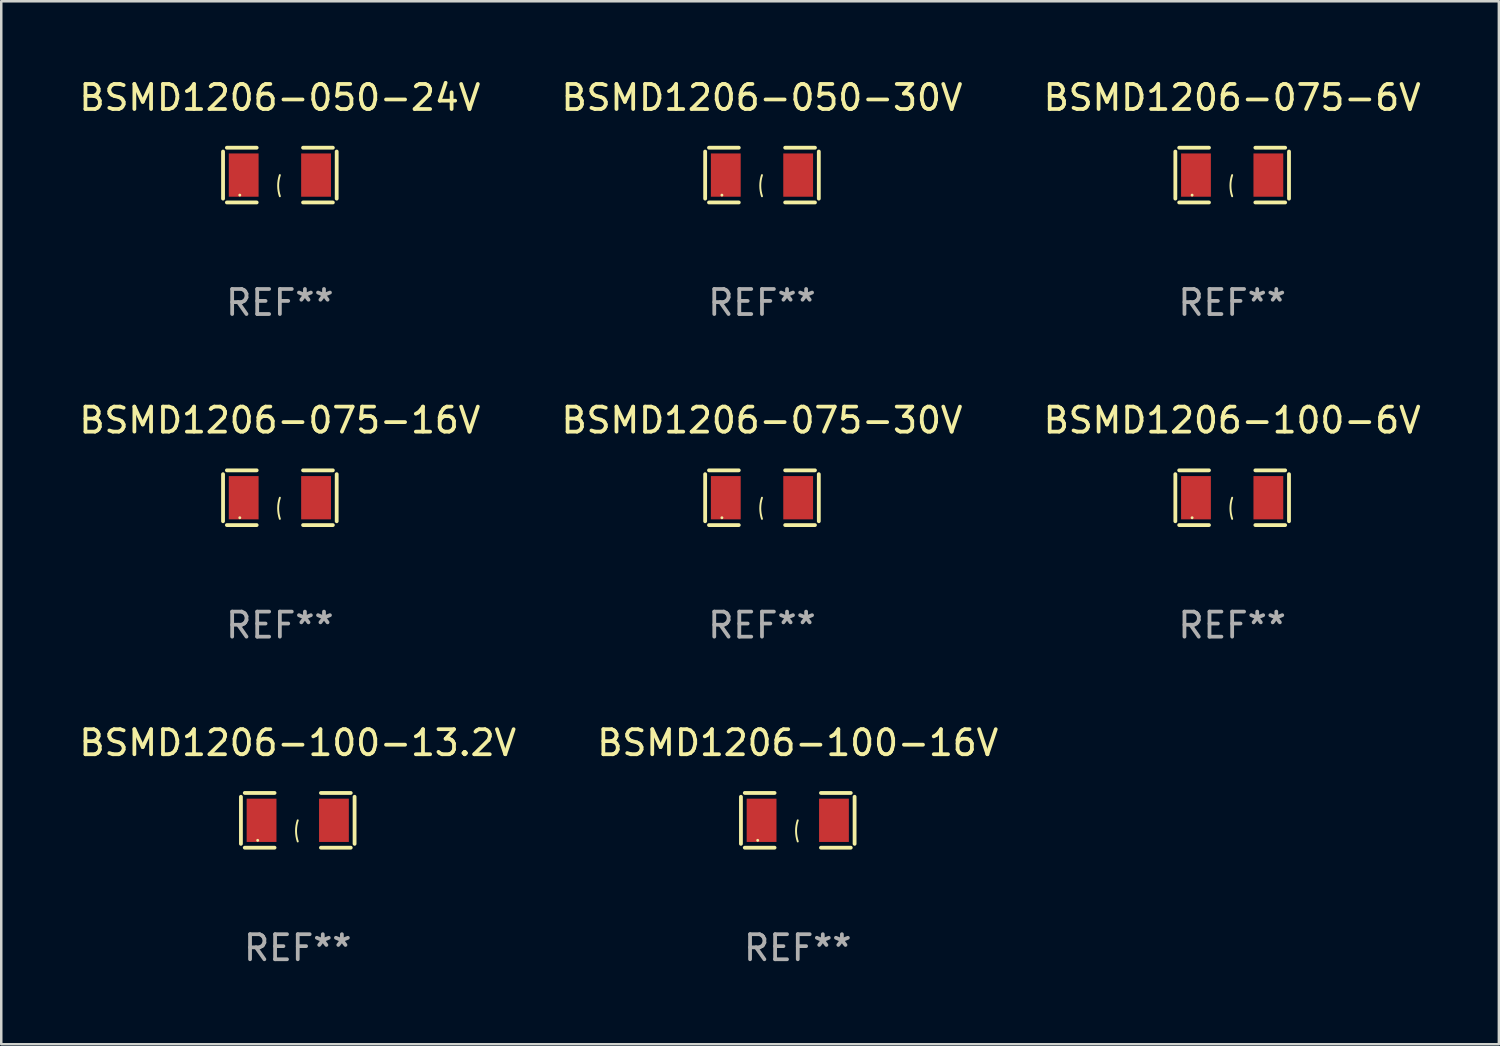
<source format=kicad_pcb>
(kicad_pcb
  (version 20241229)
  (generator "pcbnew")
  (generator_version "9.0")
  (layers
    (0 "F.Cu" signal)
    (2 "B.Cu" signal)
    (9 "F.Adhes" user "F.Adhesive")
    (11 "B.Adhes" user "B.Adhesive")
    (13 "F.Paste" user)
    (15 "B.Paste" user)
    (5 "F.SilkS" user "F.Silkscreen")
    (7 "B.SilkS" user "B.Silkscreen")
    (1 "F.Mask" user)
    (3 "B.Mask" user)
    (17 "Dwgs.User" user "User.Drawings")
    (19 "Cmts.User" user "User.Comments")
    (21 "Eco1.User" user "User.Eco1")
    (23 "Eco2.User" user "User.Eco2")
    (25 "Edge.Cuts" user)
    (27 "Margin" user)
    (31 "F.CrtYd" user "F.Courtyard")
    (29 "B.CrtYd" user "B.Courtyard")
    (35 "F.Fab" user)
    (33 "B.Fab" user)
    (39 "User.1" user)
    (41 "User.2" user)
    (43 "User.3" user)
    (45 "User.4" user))
  (footprint "BSMD1206-075-30V"
    (layer "F.Cu")
    (at 27.375 16.823)
    (property "Reference" "BSMD1206-075-30V" (at 0 -3.093 0) (layer "F.SilkS") (effects (font (size 1 1) (thickness 0.15))))
    (attr through_hole)
    (fp_line (start -2.269 -0.94) (end -2.269 0.94) (stroke (width 0.152) (type solid)) (layer "F.SilkS"))
    (fp_line (start -2.116 1.093) (end -0.926 1.093) (stroke (width 0.152) (type solid)) (layer "F.SilkS"))
    (fp_line (start -0.926 -1.093) (end -2.116 -1.093) (stroke (width 0.152) (type solid)) (layer "F.SilkS"))
    (fp_line (start 0.926 -1.093) (end 2.116 -1.093) (stroke (width 0.152) (type solid)) (layer "F.SilkS"))
    (fp_line (start 2.116 1.093) (end 0.926 1.093) (stroke (width 0.152) (type solid)) (layer "F.SilkS"))
    (fp_line (start 2.269 -0.94) (end 2.269 0.94) (stroke (width 0.152) (type solid)) (layer "F.SilkS"))
    (fp_arc (start 0 0.844951) (mid -0.068559 0.422475) (end 0 0) (stroke (width 0.0762) (type solid)) (layer "F.SilkS"))
    (fp_circle (center -1.6 0.8) (end -1.57 0.8) (stroke (width 0.06) (type solid)) (fill no) (layer "F.SilkS"))
    (fp_text user "REF**" (at 0 5.093 0) (layer "F.Fab") (effects (font (size 1 1) (thickness 0.15))))
    (pad "1" smd rect (at -1.445 0) (size 1.19 1.728) (layers "F.Cu" "F.Mask" "F.Paste"))
    (pad "2" smd rect (at 1.445 0) (size 1.19 1.728) (layers "F.Cu" "F.Mask" "F.Paste")))
  (footprint "BSMD1206-100-16V"
    (layer "F.Cu")
    (at 28.804 29.704)
    (property "Reference" "BSMD1206-100-16V" (at 0 -3.093 0) (layer "F.SilkS") (effects (font (size 1 1) (thickness 0.15))))
    (attr through_hole)
    (fp_line (start -2.269 -0.94) (end -2.269 0.94) (stroke (width 0.152) (type solid)) (layer "F.SilkS"))
    (fp_line (start -2.116 1.093) (end -0.926 1.093) (stroke (width 0.152) (type solid)) (layer "F.SilkS"))
    (fp_line (start -0.926 -1.093) (end -2.116 -1.093) (stroke (width 0.152) (type solid)) (layer "F.SilkS"))
    (fp_line (start 0.926 -1.093) (end 2.116 -1.093) (stroke (width 0.152) (type solid)) (layer "F.SilkS"))
    (fp_line (start 2.116 1.093) (end 0.926 1.093) (stroke (width 0.152) (type solid)) (layer "F.SilkS"))
    (fp_line (start 2.269 -0.94) (end 2.269 0.94) (stroke (width 0.152) (type solid)) (layer "F.SilkS"))
    (fp_arc (start 0 0.844951) (mid -0.068559 0.422475) (end 0 0) (stroke (width 0.0762) (type solid)) (layer "F.SilkS"))
    (fp_circle (center -1.6 0.8) (end -1.57 0.8) (stroke (width 0.06) (type solid)) (fill no) (layer "F.SilkS"))
    (fp_text user "REF**" (at 0 5.093 0) (layer "F.Fab") (effects (font (size 1 1) (thickness 0.15))))
    (pad "1" smd rect (at -1.445 0) (size 1.19 1.728) (layers "F.Cu" "F.Mask" "F.Paste"))
    (pad "2" smd rect (at 1.445 0) (size 1.19 1.728) (layers "F.Cu" "F.Mask" "F.Paste")))
  (footprint "BSMD1206-075-16V"
    (layer "F.Cu")
    (at 8.125 16.823)
    (property "Reference" "BSMD1206-075-16V" (at 0 -3.093 0) (layer "F.SilkS") (effects (font (size 1 1) (thickness 0.15))))
    (attr through_hole)
    (fp_line (start -2.269 -0.94) (end -2.269 0.94) (stroke (width 0.152) (type solid)) (layer "F.SilkS"))
    (fp_line (start -2.116 1.093) (end -0.926 1.093) (stroke (width 0.152) (type solid)) (layer "F.SilkS"))
    (fp_line (start -0.926 -1.093) (end -2.116 -1.093) (stroke (width 0.152) (type solid)) (layer "F.SilkS"))
    (fp_line (start 0.926 -1.093) (end 2.116 -1.093) (stroke (width 0.152) (type solid)) (layer "F.SilkS"))
    (fp_line (start 2.116 1.093) (end 0.926 1.093) (stroke (width 0.152) (type solid)) (layer "F.SilkS"))
    (fp_line (start 2.269 -0.94) (end 2.269 0.94) (stroke (width 0.152) (type solid)) (layer "F.SilkS"))
    (fp_arc (start 0 0.844951) (mid -0.068559 0.422475) (end 0 0) (stroke (width 0.0762) (type solid)) (layer "F.SilkS"))
    (fp_circle (center -1.6 0.8) (end -1.57 0.8) (stroke (width 0.06) (type solid)) (fill no) (layer "F.SilkS"))
    (fp_text user "REF**" (at 0 5.093 0) (layer "F.Fab") (effects (font (size 1 1) (thickness 0.15))))
    (pad "1" smd rect (at -1.445 0) (size 1.19 1.728) (layers "F.Cu" "F.Mask" "F.Paste"))
    (pad "2" smd rect (at 1.445 0) (size 1.19 1.728) (layers "F.Cu" "F.Mask" "F.Paste")))
  (footprint "BSMD1206-100-13.2V"
    (layer "F.Cu")
    (at 8.839 29.704)
    (property "Reference" "BSMD1206-100-13.2V" (at 0 -3.093 0) (layer "F.SilkS") (effects (font (size 1 1) (thickness 0.15))))
    (attr through_hole)
    (fp_line (start -2.269 -0.94) (end -2.269 0.94) (stroke (width 0.152) (type solid)) (layer "F.SilkS"))
    (fp_line (start -2.116 1.093) (end -0.926 1.093) (stroke (width 0.152) (type solid)) (layer "F.SilkS"))
    (fp_line (start -0.926 -1.093) (end -2.116 -1.093) (stroke (width 0.152) (type solid)) (layer "F.SilkS"))
    (fp_line (start 0.926 -1.093) (end 2.116 -1.093) (stroke (width 0.152) (type solid)) (layer "F.SilkS"))
    (fp_line (start 2.116 1.093) (end 0.926 1.093) (stroke (width 0.152) (type solid)) (layer "F.SilkS"))
    (fp_line (start 2.269 -0.94) (end 2.269 0.94) (stroke (width 0.152) (type solid)) (layer "F.SilkS"))
    (fp_arc (start 0 0.844951) (mid -0.068559 0.422475) (end 0 0) (stroke (width 0.0762) (type solid)) (layer "F.SilkS"))
    (fp_circle (center -1.6 0.8) (end -1.57 0.8) (stroke (width 0.06) (type solid)) (fill no) (layer "F.SilkS"))
    (fp_text user "REF**" (at 0 5.093 0) (layer "F.Fab") (effects (font (size 1 1) (thickness 0.15))))
    (pad "1" smd rect (at -1.445 0) (size 1.19 1.728) (layers "F.Cu" "F.Mask" "F.Paste"))
    (pad "2" smd rect (at 1.445 0) (size 1.19 1.728) (layers "F.Cu" "F.Mask" "F.Paste")))
  (footprint "BSMD1206-050-24V"
    (layer "F.Cu")
    (at 8.125 3.941)
    (property "Reference" "BSMD1206-050-24V" (at 0 -3.093 0) (layer "F.SilkS") (effects (font (size 1 1) (thickness 0.15))))
    (attr through_hole)
    (fp_line (start -2.269 -0.94) (end -2.269 0.94) (stroke (width 0.152) (type solid)) (layer "F.SilkS"))
    (fp_line (start -2.116 1.093) (end -0.926 1.093) (stroke (width 0.152) (type solid)) (layer "F.SilkS"))
    (fp_line (start -0.926 -1.093) (end -2.116 -1.093) (stroke (width 0.152) (type solid)) (layer "F.SilkS"))
    (fp_line (start 0.926 -1.093) (end 2.116 -1.093) (stroke (width 0.152) (type solid)) (layer "F.SilkS"))
    (fp_line (start 2.116 1.093) (end 0.926 1.093) (stroke (width 0.152) (type solid)) (layer "F.SilkS"))
    (fp_line (start 2.269 -0.94) (end 2.269 0.94) (stroke (width 0.152) (type solid)) (layer "F.SilkS"))
    (fp_arc (start 0 0.844951) (mid -0.068559 0.422475) (end 0 0) (stroke (width 0.0762) (type solid)) (layer "F.SilkS"))
    (fp_circle (center -1.6 0.8) (end -1.57 0.8) (stroke (width 0.06) (type solid)) (fill no) (layer "F.SilkS"))
    (fp_text user "REF**" (at 0 5.093 0) (layer "F.Fab") (effects (font (size 1 1) (thickness 0.15))))
    (pad "1" smd rect (at -1.445 0) (size 1.19 1.728) (layers "F.Cu" "F.Mask" "F.Paste"))
    (pad "2" smd rect (at 1.445 0) (size 1.19 1.728) (layers "F.Cu" "F.Mask" "F.Paste")))
  (footprint "BSMD1206-050-30V"
    (layer "F.Cu")
    (at 27.375 3.941)
    (property "Reference" "BSMD1206-050-30V" (at 0 -3.093 0) (layer "F.SilkS") (effects (font (size 1 1) (thickness 0.15))))
    (attr through_hole)
    (fp_line (start -2.269 -0.94) (end -2.269 0.94) (stroke (width 0.152) (type solid)) (layer "F.SilkS"))
    (fp_line (start -2.116 1.093) (end -0.926 1.093) (stroke (width 0.152) (type solid)) (layer "F.SilkS"))
    (fp_line (start -0.926 -1.093) (end -2.116 -1.093) (stroke (width 0.152) (type solid)) (layer "F.SilkS"))
    (fp_line (start 0.926 -1.093) (end 2.116 -1.093) (stroke (width 0.152) (type solid)) (layer "F.SilkS"))
    (fp_line (start 2.116 1.093) (end 0.926 1.093) (stroke (width 0.152) (type solid)) (layer "F.SilkS"))
    (fp_line (start 2.269 -0.94) (end 2.269 0.94) (stroke (width 0.152) (type solid)) (layer "F.SilkS"))
    (fp_arc (start 0 0.844951) (mid -0.068559 0.422475) (end 0 0) (stroke (width 0.0762) (type solid)) (layer "F.SilkS"))
    (fp_circle (center -1.6 0.8) (end -1.57 0.8) (stroke (width 0.06) (type solid)) (fill no) (layer "F.SilkS"))
    (fp_text user "REF**" (at 0 5.093 0) (layer "F.Fab") (effects (font (size 1 1) (thickness 0.15))))
    (pad "1" smd rect (at -1.445 0) (size 1.19 1.728) (layers "F.Cu" "F.Mask" "F.Paste"))
    (pad "2" smd rect (at 1.445 0) (size 1.19 1.728) (layers "F.Cu" "F.Mask" "F.Paste")))
  (footprint "BSMD1206-100-6V"
    (layer "F.Cu")
    (at 46.149 16.823)
    (property "Reference" "BSMD1206-100-6V" (at 0 -3.093 0) (layer "F.SilkS") (effects (font (size 1 1) (thickness 0.15))))
    (attr through_hole)
    (fp_line (start -2.269 -0.94) (end -2.269 0.94) (stroke (width 0.152) (type solid)) (layer "F.SilkS"))
    (fp_line (start -2.116 1.093) (end -0.926 1.093) (stroke (width 0.152) (type solid)) (layer "F.SilkS"))
    (fp_line (start -0.926 -1.093) (end -2.116 -1.093) (stroke (width 0.152) (type solid)) (layer "F.SilkS"))
    (fp_line (start 0.926 -1.093) (end 2.116 -1.093) (stroke (width 0.152) (type solid)) (layer "F.SilkS"))
    (fp_line (start 2.116 1.093) (end 0.926 1.093) (stroke (width 0.152) (type solid)) (layer "F.SilkS"))
    (fp_line (start 2.269 -0.94) (end 2.269 0.94) (stroke (width 0.152) (type solid)) (layer "F.SilkS"))
    (fp_arc (start 0 0.844951) (mid -0.068559 0.422475) (end 0 0) (stroke (width 0.0762) (type solid)) (layer "F.SilkS"))
    (fp_circle (center -1.6 0.8) (end -1.57 0.8) (stroke (width 0.06) (type solid)) (fill no) (layer "F.SilkS"))
    (fp_text user "REF**" (at 0 5.093 0) (layer "F.Fab") (effects (font (size 1 1) (thickness 0.15))))
    (pad "1" smd rect (at -1.445 0) (size 1.19 1.728) (layers "F.Cu" "F.Mask" "F.Paste"))
    (pad "2" smd rect (at 1.445 0) (size 1.19 1.728) (layers "F.Cu" "F.Mask" "F.Paste")))
  (footprint "BSMD1206-075-6V"
    (layer "F.Cu")
    (at 46.149 3.941)
    (property "Reference" "BSMD1206-075-6V" (at 0 -3.093 0) (layer "F.SilkS") (effects (font (size 1 1) (thickness 0.15))))
    (attr through_hole)
    (fp_line (start -2.269 -0.94) (end -2.269 0.94) (stroke (width 0.152) (type solid)) (layer "F.SilkS"))
    (fp_line (start -2.116 1.093) (end -0.926 1.093) (stroke (width 0.152) (type solid)) (layer "F.SilkS"))
    (fp_line (start -0.926 -1.093) (end -2.116 -1.093) (stroke (width 0.152) (type solid)) (layer "F.SilkS"))
    (fp_line (start 0.926 -1.093) (end 2.116 -1.093) (stroke (width 0.152) (type solid)) (layer "F.SilkS"))
    (fp_line (start 2.116 1.093) (end 0.926 1.093) (stroke (width 0.152) (type solid)) (layer "F.SilkS"))
    (fp_line (start 2.269 -0.94) (end 2.269 0.94) (stroke (width 0.152) (type solid)) (layer "F.SilkS"))
    (fp_arc (start 0 0.844951) (mid -0.068559 0.422475) (end 0 0) (stroke (width 0.0762) (type solid)) (layer "F.SilkS"))
    (fp_circle (center -1.6 0.8) (end -1.57 0.8) (stroke (width 0.06) (type solid)) (fill no) (layer "F.SilkS"))
    (fp_text user "REF**" (at 0 5.093 0) (layer "F.Fab") (effects (font (size 1 1) (thickness 0.15))))
    (pad "1" smd rect (at -1.445 0) (size 1.19 1.728) (layers "F.Cu" "F.Mask" "F.Paste"))
    (pad "2" smd rect (at 1.445 0) (size 1.19 1.728) (layers "F.Cu" "F.Mask" "F.Paste")))
  (gr_rect
    (start -3 -3)
    (end 56.798 38.645)
    (stroke (width 0.1) (type default))
    (fill no)
    (layer "Edge.Cuts")))
</source>
